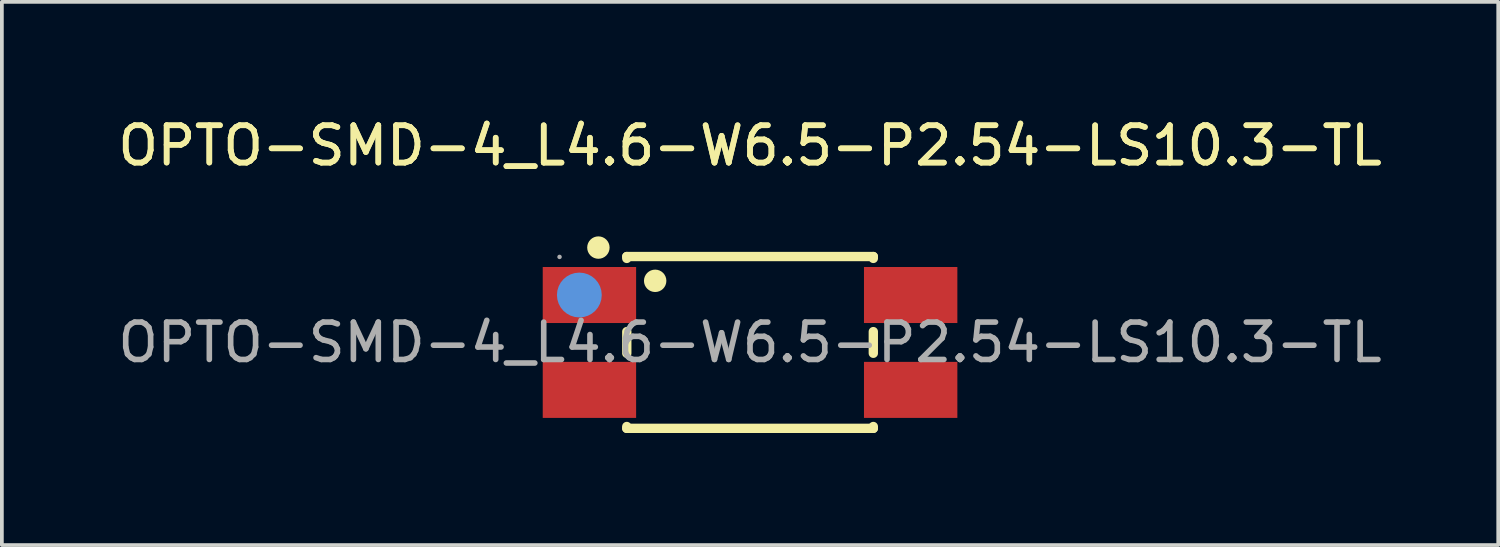
<source format=kicad_pcb>
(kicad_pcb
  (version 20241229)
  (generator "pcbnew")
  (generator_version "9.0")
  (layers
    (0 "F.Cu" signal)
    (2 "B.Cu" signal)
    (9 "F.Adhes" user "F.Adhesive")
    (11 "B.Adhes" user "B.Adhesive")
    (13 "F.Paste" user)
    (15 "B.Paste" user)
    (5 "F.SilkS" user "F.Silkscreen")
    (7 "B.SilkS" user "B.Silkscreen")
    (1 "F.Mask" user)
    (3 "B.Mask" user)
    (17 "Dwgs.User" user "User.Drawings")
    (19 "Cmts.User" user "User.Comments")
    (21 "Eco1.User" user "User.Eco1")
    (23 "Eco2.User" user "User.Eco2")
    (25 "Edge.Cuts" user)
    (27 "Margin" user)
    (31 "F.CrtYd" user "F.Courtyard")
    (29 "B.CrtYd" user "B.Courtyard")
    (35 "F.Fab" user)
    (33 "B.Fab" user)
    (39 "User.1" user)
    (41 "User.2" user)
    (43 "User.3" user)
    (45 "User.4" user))
  (footprint "OPTO-SMD-4_L4.6-W6.5-P2.54-LS10.3-TL"
    (layer "F.Cu")
    (at 17.03 6.118)
    (property "Reference" "OPTO-SMD-4_L4.6-W6.5-P2.54-LS10.3-TL" (at 0 -5.27 0) (layer "F.SilkS") (effects (font (size 1 1) (thickness 0.15))))
    (attr smd)
    (fp_line (start -3.3 -2.3) (end -3.3 -2.25) (stroke (width 0.25) (type solid)) (layer "F.SilkS"))
    (fp_line (start -3.3 -2.3) (end 3.3 -2.3) (stroke (width 0.25) (type solid)) (layer "F.SilkS"))
    (fp_line (start -3.3 -0.29) (end -3.3 0.29) (stroke (width 0.25) (type solid)) (layer "F.SilkS"))
    (fp_line (start -3.3 2.25) (end -3.3 2.3) (stroke (width 0.25) (type solid)) (layer "F.SilkS"))
    (fp_line (start 3.3 -2.3) (end 3.3 -2.25) (stroke (width 0.25) (type solid)) (layer "F.SilkS"))
    (fp_line (start 3.3 -0.29) (end 3.3 0.29) (stroke (width 0.25) (type solid)) (layer "F.SilkS"))
    (fp_line (start 3.3 2.25) (end 3.3 2.3) (stroke (width 0.25) (type solid)) (layer "F.SilkS"))
    (fp_line (start 3.3 2.3) (end -3.3 2.3) (stroke (width 0.25) (type solid)) (layer "F.SilkS"))
    (fp_circle (center -4.06 -2.54) (end -3.91 -2.54) (stroke (width 0.3) (type solid)) (fill no) (layer "F.SilkS"))
    (fp_circle (center -2.54 -1.65) (end -2.39 -1.65) (stroke (width 0.3) (type solid)) (fill no) (layer "F.SilkS"))
    (fp_circle (center -4.57 -1.27) (end -4.27 -1.27) (stroke (width 0.6) (type solid)) (fill no) (layer "Cmts.User"))
    (fp_circle (center -5.1 -2.29) (end -5.07 -2.29) (stroke (width 0.06) (type solid)) (fill no) (layer "F.Fab"))
    (fp_text user "${REFERENCE}" (at 0 -5.27 0) (layer "F.SilkS") (effects (font (size 1 1) (thickness 0.15))))
    (fp_text user "${REFERENCE}" (at 0 0 0) (layer "F.Fab") (effects (font (size 1 1) (thickness 0.15))))
    (pad "1" smd rect (at -4.3 -1.27 90) (size 1.5 2.5) (layers "F.Cu" "F.Mask" "F.Paste"))
    (pad "2" smd rect (at -4.3 1.27 90) (size 1.5 2.5) (layers "F.Cu" "F.Mask" "F.Paste"))
    (pad "3" smd rect (at 4.3 1.27 90) (size 1.5 2.5) (layers "F.Cu" "F.Mask" "F.Paste"))
    (pad "4" smd rect (at 4.3 -1.27 90) (size 1.5 2.5) (layers "F.Cu" "F.Mask" "F.Paste")))
  (gr_rect
    (start -3 -3)
    (end 37.06 11.543)
    (stroke (width 0.1) (type default))
    (fill no)
    (layer "Edge.Cuts")))
</source>
